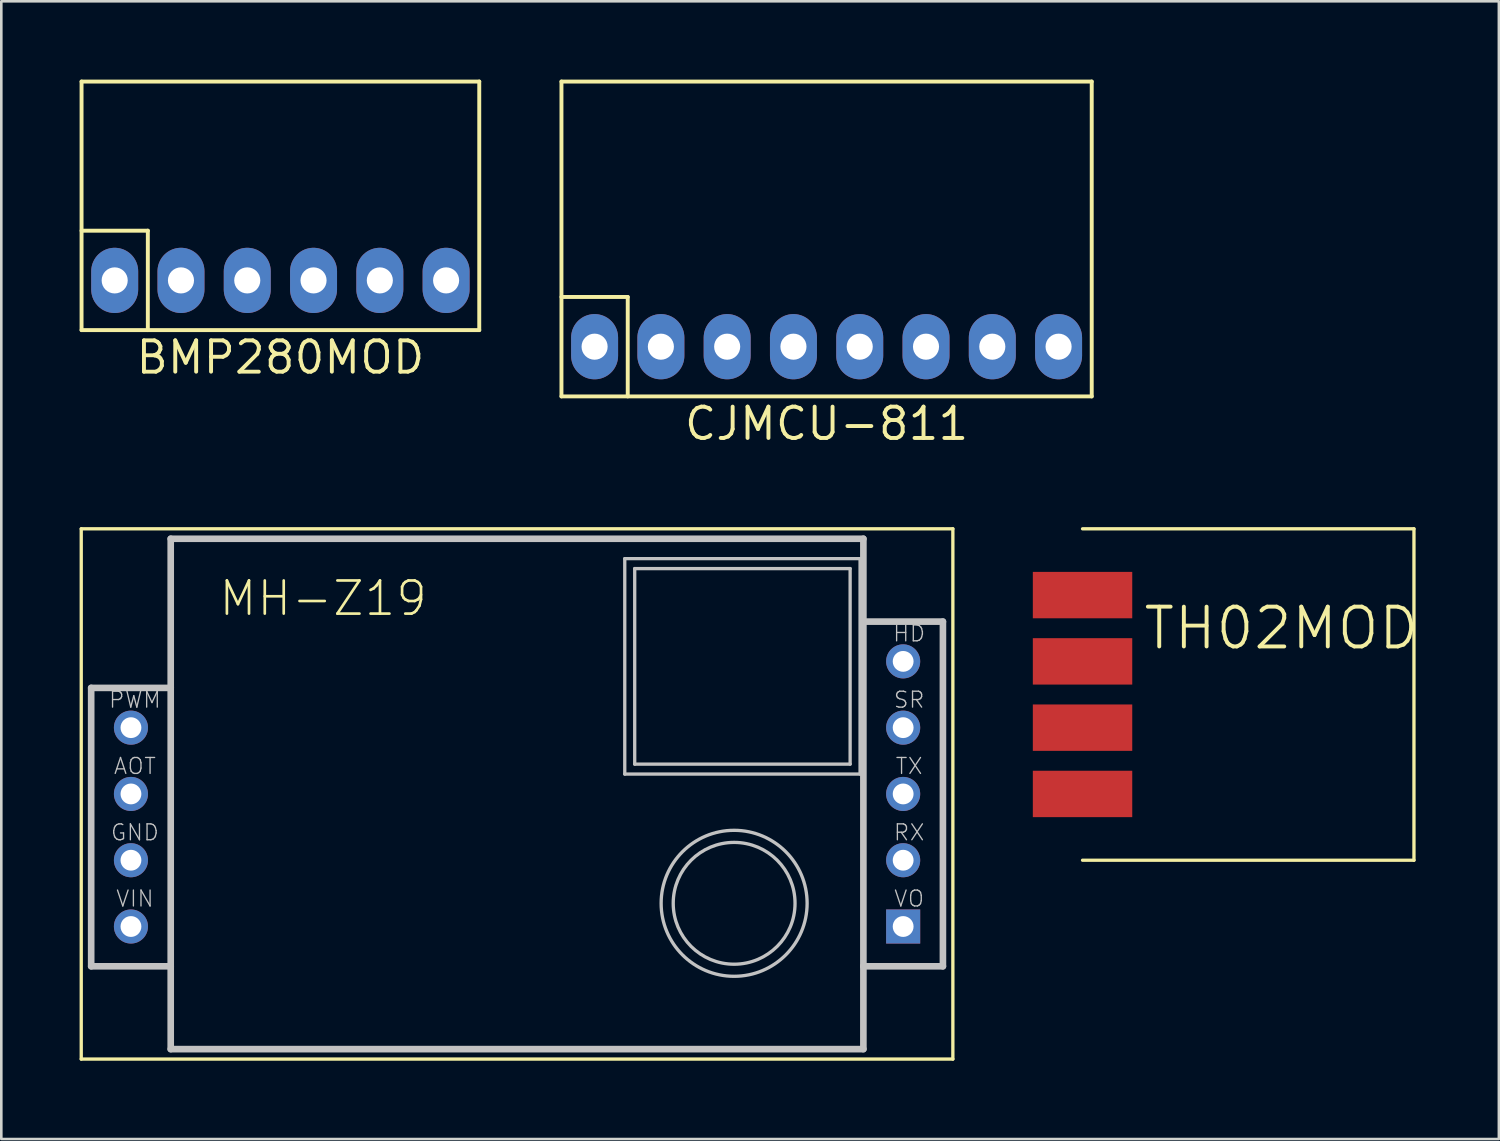
<source format=kicad_pcb>
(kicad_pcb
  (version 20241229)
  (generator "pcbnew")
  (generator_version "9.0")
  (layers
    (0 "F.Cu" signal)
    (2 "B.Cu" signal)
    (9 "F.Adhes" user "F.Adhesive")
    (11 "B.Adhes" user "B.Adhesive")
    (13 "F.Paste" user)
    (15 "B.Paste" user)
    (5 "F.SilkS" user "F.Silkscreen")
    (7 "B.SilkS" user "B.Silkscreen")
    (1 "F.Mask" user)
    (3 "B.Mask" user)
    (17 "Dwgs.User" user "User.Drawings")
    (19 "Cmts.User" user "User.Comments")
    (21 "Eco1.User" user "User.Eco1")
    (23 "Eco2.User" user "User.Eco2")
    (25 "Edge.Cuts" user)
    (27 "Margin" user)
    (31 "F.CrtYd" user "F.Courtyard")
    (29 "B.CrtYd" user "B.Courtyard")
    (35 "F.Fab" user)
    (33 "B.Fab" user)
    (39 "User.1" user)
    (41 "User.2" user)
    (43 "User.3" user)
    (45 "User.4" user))
  (footprint "BMP280MOD"
    (layer "F.Cu")
    (at 7.695 7.695)
    (property "Reference" "BMP280MOD" (at 0 2.95 0) (layer "F.SilkS") (effects (font (size 1.2 1.2) (thickness 0.15))))
    (attr through_hole)
    (fp_line (start -7.62 -7.62) (end -7.62 1.905) (stroke (width 0.15) (type solid)) (layer "F.SilkS"))
    (fp_line (start -7.62 -1.905) (end -5.08 -1.905) (stroke (width 0.15) (type solid)) (layer "F.SilkS"))
    (fp_line (start -7.62 1.905) (end 7.62 1.905) (stroke (width 0.15) (type solid)) (layer "F.SilkS"))
    (fp_line (start -5.08 -1.905) (end -5.08 1.905) (stroke (width 0.15) (type solid)) (layer "F.SilkS"))
    (fp_line (start 7.62 -7.62) (end -7.62 -7.62) (stroke (width 0.15) (type solid)) (layer "F.SilkS"))
    (fp_line (start 7.62 1.905) (end 7.62 -7.62) (stroke (width 0.15) (type solid)) (layer "F.SilkS"))
    (pad "1" thru_hole oval (at -6.35 0) (size 1.8 2.5) (drill 1) (layers "*.Cu" "*.Mask"))
    (pad "2" thru_hole oval (at -3.81 0) (size 1.8 2.5) (drill 1) (layers "*.Cu" "*.Mask"))
    (pad "3" thru_hole oval (at -1.27 0) (size 1.8 2.5) (drill 1) (layers "*.Cu" "*.Mask"))
    (pad "4" thru_hole oval (at 1.27 0) (size 1.8 2.5) (drill 1) (layers "*.Cu" "*.Mask"))
    (pad "5" thru_hole oval (at 3.81 0) (size 1.8 2.5) (drill 1) (layers "*.Cu" "*.Mask"))
    (pad "6" thru_hole oval (at 6.35 0) (size 1.8 2.5) (drill 1) (layers "*.Cu" "*.Mask")))
  (footprint "TH02MOD"
    (layer "F.Cu")
    (at 43.513 23.564)
    (property "Reference" "TH02MOD" (at 2.54 -2.54 0) (layer "F.SilkS") (effects (font (size 1.524 1.524) (thickness 0.15))))
    (attr smd)
    (fp_line (start -5.08 -6.35) (end 7.62 -6.35) (stroke (width 0.127) (type solid)) (layer "F.SilkS"))
    (fp_line (start 7.62 -6.35) (end 7.62 6.35) (stroke (width 0.127) (type solid)) (layer "F.SilkS"))
    (fp_line (start 7.62 6.35) (end -5.08 6.35) (stroke (width 0.127) (type solid)) (layer "F.SilkS"))
    (pad "1" smd rect (at -5.08 -3.81) (size 3.81 1.778) (layers "F.Cu" "F.Mask" "F.Paste"))
    (pad "2" smd rect (at -5.08 -1.27) (size 3.81 1.778) (layers "F.Cu" "F.Mask" "F.Paste"))
    (pad "3" smd rect (at -5.08 1.27) (size 3.81 1.778) (layers "F.Cu" "F.Mask" "F.Paste"))
    (pad "4" smd rect (at -5.08 3.81) (size 3.81 1.778) (layers "F.Cu" "F.Mask" "F.Paste")))
  (footprint "CJMCU-811"
    (layer "F.Cu")
    (at 28.625 10.235)
    (property "Reference" "CJMCU-811" (at 0 2.95 0) (layer "F.SilkS") (effects (font (size 1.2 1.2) (thickness 0.15))))
    (attr through_hole)
    (fp_line (start -10.16 -10.16) (end -10.16 1.905) (stroke (width 0.15) (type solid)) (layer "F.SilkS"))
    (fp_line (start -10.16 -1.905) (end -7.62 -1.905) (stroke (width 0.15) (type solid)) (layer "F.SilkS"))
    (fp_line (start -10.16 1.905) (end 10.16 1.905) (stroke (width 0.15) (type solid)) (layer "F.SilkS"))
    (fp_line (start -7.62 -1.905) (end -7.62 1.905) (stroke (width 0.15) (type solid)) (layer "F.SilkS"))
    (fp_line (start 10.16 -10.16) (end -10.16 -10.16) (stroke (width 0.15) (type solid)) (layer "F.SilkS"))
    (fp_line (start 10.16 1.905) (end 10.16 -10.16) (stroke (width 0.15) (type solid)) (layer "F.SilkS"))
    (pad "1" thru_hole oval (at -8.89 0) (size 1.8 2.5) (drill 1) (layers "*.Cu" "*.Mask"))
    (pad "2" thru_hole oval (at -6.35 0) (size 1.8 2.5) (drill 1) (layers "*.Cu" "*.Mask"))
    (pad "3" thru_hole oval (at -3.81 0) (size 1.8 2.5) (drill 1) (layers "*.Cu" "*.Mask"))
    (pad "4" thru_hole oval (at -1.27 0) (size 1.8 2.5) (drill 1) (layers "*.Cu" "*.Mask"))
    (pad "5" thru_hole oval (at 1.27 0) (size 1.8 2.5) (drill 1) (layers "*.Cu" "*.Mask"))
    (pad "6" thru_hole oval (at 3.81 0) (size 1.8 2.5) (drill 1) (layers "*.Cu" "*.Mask"))
    (pad "7" thru_hole oval (at 6.35 0) (size 1.8 2.5) (drill 1) (layers "*.Cu" "*.Mask"))
    (pad "8" thru_hole oval (at 8.89 0) (size 1.8 2.5) (drill 1) (layers "*.Cu" "*.Mask")))
  (footprint "MH-Z19"
    (layer "F.Cu")
    (at 1.968 32.454)
    (property "Reference" "MH-Z19" (at 7.366 -12.573 0) (layer "F.SilkS") (effects (font (size 1.27 1.27) (thickness 0.102))))
    (attr exclude_from_pos_files exclude_from_bom)
    (fp_line (start -1.905 -15.24) (end -1.905 5.08) (stroke (width 0.127) (type solid)) (layer "F.SilkS"))
    (fp_line (start -1.905 5.08) (end 31.496 5.08) (stroke (width 0.127) (type solid)) (layer "F.SilkS"))
    (fp_line (start 31.496 -15.24) (end -1.905 -15.24) (stroke (width 0.127) (type solid)) (layer "F.SilkS"))
    (fp_line (start 31.496 5.08) (end 31.496 -15.24) (stroke (width 0.127) (type solid)) (layer "F.SilkS"))
    (fp_line (start -1.524 -9.144) (end -1.524 1.524) (stroke (width 0.254) (type solid)) (layer "Dwgs.User"))
    (fp_line (start -1.524 1.524) (end 1.524 1.524) (stroke (width 0.254) (type solid)) (layer "Dwgs.User"))
    (fp_line (start 1.524 -14.859) (end 1.524 -9.144) (stroke (width 0.254) (type solid)) (layer "Dwgs.User"))
    (fp_line (start 1.524 -9.144) (end -1.524 -9.144) (stroke (width 0.254) (type solid)) (layer "Dwgs.User"))
    (fp_line (start 1.524 1.524) (end 1.524 -9.144) (stroke (width 0.254) (type solid)) (layer "Dwgs.User"))
    (fp_line (start 1.524 1.524) (end 1.524 4.699) (stroke (width 0.254) (type solid)) (layer "Dwgs.User"))
    (fp_line (start 1.524 4.699) (end 28.067 4.699) (stroke (width 0.254) (type solid)) (layer "Dwgs.User"))
    (fp_line (start 18.923 -14.097) (end 18.923 -5.842) (stroke (width 0.127) (type solid)) (layer "Dwgs.User"))
    (fp_line (start 18.923 -5.842) (end 27.94 -5.842) (stroke (width 0.127) (type solid)) (layer "Dwgs.User"))
    (fp_line (start 19.304 -13.716) (end 19.304 -6.223) (stroke (width 0.127) (type solid)) (layer "Dwgs.User"))
    (fp_line (start 19.304 -6.223) (end 27.559 -6.223) (stroke (width 0.127) (type solid)) (layer "Dwgs.User"))
    (fp_line (start 27.559 -13.716) (end 19.304 -13.716) (stroke (width 0.127) (type solid)) (layer "Dwgs.User"))
    (fp_line (start 27.559 -6.223) (end 27.559 -13.716) (stroke (width 0.127) (type solid)) (layer "Dwgs.User"))
    (fp_line (start 27.94 -14.097) (end 18.923 -14.097) (stroke (width 0.127) (type solid)) (layer "Dwgs.User"))
    (fp_line (start 27.94 -5.842) (end 27.94 -14.097) (stroke (width 0.127) (type solid)) (layer "Dwgs.User"))
    (fp_line (start 28.067 -14.859) (end 1.524 -14.859) (stroke (width 0.254) (type solid)) (layer "Dwgs.User"))
    (fp_line (start 28.067 -11.684) (end 28.067 -14.859) (stroke (width 0.254) (type solid)) (layer "Dwgs.User"))
    (fp_line (start 28.067 -11.684) (end 28.067 1.524) (stroke (width 0.254) (type solid)) (layer "Dwgs.User"))
    (fp_line (start 28.067 1.524) (end 31.115 1.524) (stroke (width 0.254) (type solid)) (layer "Dwgs.User"))
    (fp_line (start 28.067 4.699) (end 28.067 1.524) (stroke (width 0.254) (type solid)) (layer "Dwgs.User"))
    (fp_line (start 31.115 -11.684) (end 28.067 -11.684) (stroke (width 0.254) (type solid)) (layer "Dwgs.User"))
    (fp_line (start 31.115 1.524) (end 31.115 -11.684) (stroke (width 0.254) (type solid)) (layer "Dwgs.User"))
    (fp_circle (center 23.114 -0.889) (end 23.114 -3.686) (stroke (width 0.127) (type solid)) (fill no) (layer "Dwgs.User"))
    (fp_circle (center 23.114 -0.889) (end 23.114 -3.223) (stroke (width 0.127) (type solid)) (fill no) (layer "Dwgs.User"))
    (fp_text user "TX" (at 29.82 -6.147 0) (layer "Dwgs.User") (effects (font (size 0.61 0.61) (thickness 0.051))))
    (fp_text user "AOT" (at 0.152 -6.147 0) (layer "Dwgs.User") (effects (font (size 0.61 0.61) (thickness 0.051))))
    (fp_text user "SR" (at 29.82 -8.687 0) (layer "Dwgs.User") (effects (font (size 0.61 0.61) (thickness 0.051))))
    (fp_text user "RX" (at 29.82 -3.604 0) (layer "Dwgs.User") (effects (font (size 0.61 0.61) (thickness 0.051))))
    (fp_text user "VIN" (at 0.152 -1.067 0) (layer "Dwgs.User") (effects (font (size 0.61 0.61) (thickness 0.051))))
    (fp_text user "HD" (at 29.82 -11.227 0) (layer "Dwgs.User") (effects (font (size 0.61 0.61) (thickness 0.051))))
    (fp_text user "GND" (at 0.152 -3.604 0) (layer "Dwgs.User") (effects (font (size 0.61 0.61) (thickness 0.051))))
    (fp_text user "VO" (at 29.82 -1.067 0) (layer "Dwgs.User") (effects (font (size 0.61 0.61) (thickness 0.051))))
    (fp_text user "PWM" (at 0.152 -8.687 0) (layer "Dwgs.User") (effects (font (size 0.61 0.61) (thickness 0.051))))
    (pad "1" thru_hole rect (at 29.591 0) (size 1.306 1.306) (drill 0.798) (layers "*.Cu" "*.Paste" "*.Mask"))
    (pad "2" thru_hole circle (at 29.591 -2.54) (size 1.306 1.306) (drill 0.798) (layers "*.Cu" "*.Paste" "*.Mask"))
    (pad "3" thru_hole circle (at 29.591 -5.08) (size 1.306 1.306) (drill 0.798) (layers "*.Cu" "*.Paste" "*.Mask"))
    (pad "4" thru_hole circle (at 29.591 -7.62) (size 1.306 1.306) (drill 0.798) (layers "*.Cu" "*.Paste" "*.Mask"))
    (pad "5" thru_hole circle (at 29.591 -10.16) (size 1.306 1.306) (drill 0.798) (layers "*.Cu" "*.Paste" "*.Mask"))
    (pad "6" thru_hole circle (at 0 0) (size 1.306 1.306) (drill 0.798) (layers "*.Cu" "*.Paste" "*.Mask"))
    (pad "7" thru_hole circle (at 0 -2.54) (size 1.306 1.306) (drill 0.798) (layers "*.Cu" "*.Paste" "*.Mask"))
    (pad "8" thru_hole circle (at 0 -5.08) (size 1.306 1.306) (drill 0.798) (layers "*.Cu" "*.Paste" "*.Mask"))
    (pad "9" thru_hole circle (at 0 -7.62) (size 1.306 1.306) (drill 0.798) (layers "*.Cu" "*.Paste" "*.Mask")))
  (gr_rect
    (start -3 -3)
    (end 54.387 40.597)
    (stroke (width 0.1) (type default))
    (fill no)
    (layer "Edge.Cuts")))
</source>
